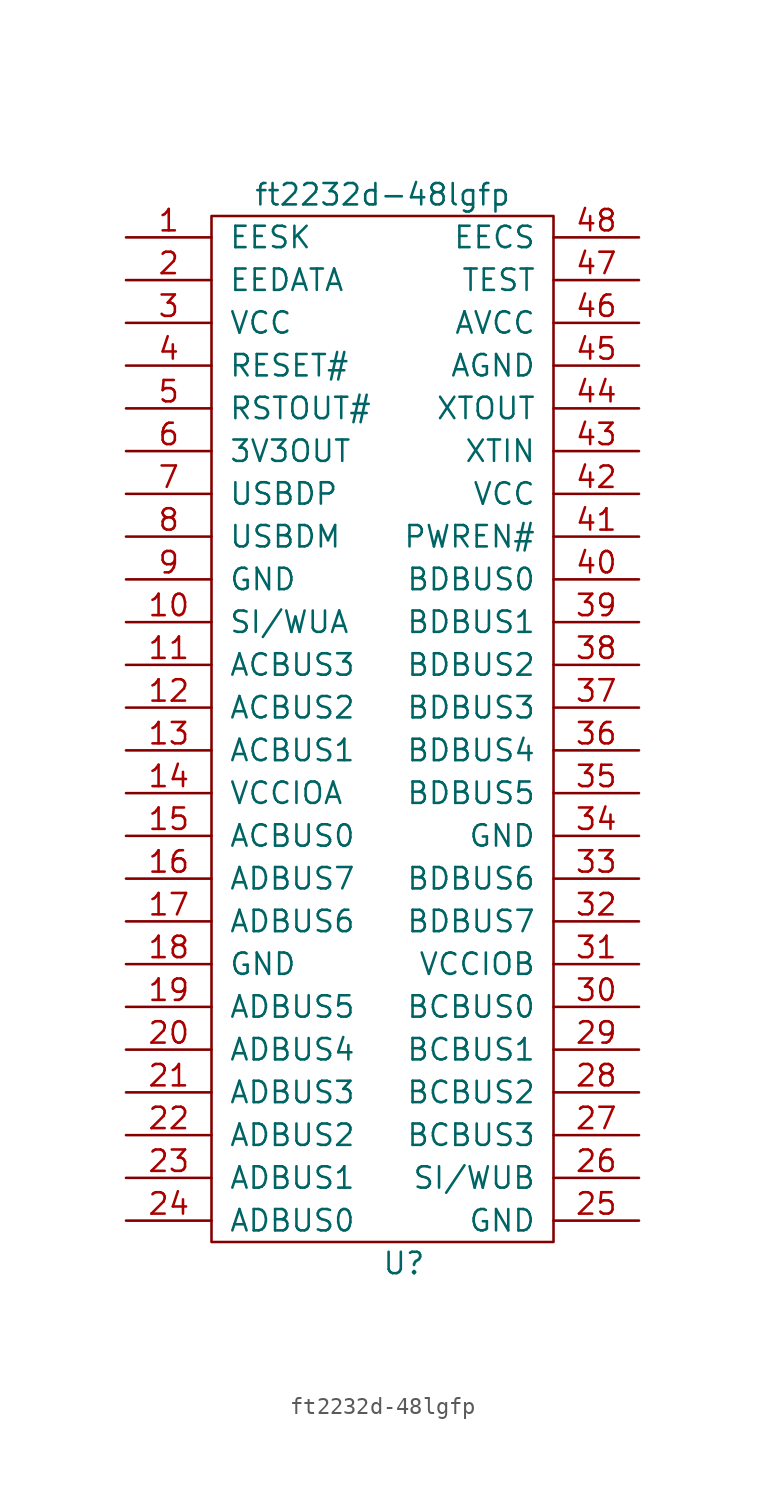
<source format=kicad_sym>
(kicad_symbol_lib
  (version 20211014)
  (generator kicad_symbol_editor)
  (symbol "ft2232d-48lgfp"
    (pin_names
      (offset 1.016))
    (property "Reference" "U"
      (at 0 -34.29 0)
      (effects (font (size 1.27 1.27))))
    (property "Value" "ft2232d-48lgfp"
      (at -1.27 29.21 0)
      (effects (font (size 1.27 1.27))))
    (property "Footprint" ""
      (at -3.81 15.24 0)
      (effects (font (size 1.27 1.27))))
    (property "Datasheet" ""
      (at -3.81 15.24 0)
      (effects (font (size 1.27 1.27))))
    (symbol "ft2232d-48lgfp_0_1"
      (rectangle (start -11.43 27.94) (end 8.89 -33.02) (stroke (width 0) (type default) (color 0 0 0 0)) (fill (type none))))
    (symbol "ft2232d-48lgfp_1_1"
      (pin input line (at -16.51 26.67 0) (length 5.08) (name "EESK" (effects (font (size 1.27 1.27)))) (number "1" (effects (font (size 1.27 1.27)))))
      (pin input line (at -16.51 3.81 0) (length 5.08) (name "SI/WUA" (effects (font (size 1.27 1.27)))) (number "10" (effects (font (size 1.27 1.27)))))
      (pin input line (at -16.51 1.27 0) (length 5.08) (name "ACBUS3" (effects (font (size 1.27 1.27)))) (number "11" (effects (font (size 1.27 1.27)))))
      (pin input line (at -16.51 -1.27 0) (length 5.08) (name "ACBUS2" (effects (font (size 1.27 1.27)))) (number "12" (effects (font (size 1.27 1.27)))))
      (pin input line (at -16.51 -3.81 0) (length 5.08) (name "ACBUS1" (effects (font (size 1.27 1.27)))) (number "13" (effects (font (size 1.27 1.27)))))
      (pin input line (at -16.51 -6.35 0) (length 5.08) (name "VCCIOA" (effects (font (size 1.27 1.27)))) (number "14" (effects (font (size 1.27 1.27)))))
      (pin input line (at -16.51 -8.89 0) (length 5.08) (name "ACBUS0" (effects (font (size 1.27 1.27)))) (number "15" (effects (font (size 1.27 1.27)))))
      (pin input line (at -16.51 -11.43 0) (length 5.08) (name "ADBUS7" (effects (font (size 1.27 1.27)))) (number "16" (effects (font (size 1.27 1.27)))))
      (pin input line (at -16.51 -13.97 0) (length 5.08) (name "ADBUS6" (effects (font (size 1.27 1.27)))) (number "17" (effects (font (size 1.27 1.27)))))
      (pin input line (at -16.51 -16.51 0) (length 5.08) (name "GND" (effects (font (size 1.27 1.27)))) (number "18" (effects (font (size 1.27 1.27)))))
      (pin input line (at -16.51 -19.05 0) (length 5.08) (name "ADBUS5" (effects (font (size 1.27 1.27)))) (number "19" (effects (font (size 1.27 1.27)))))
      (pin input line (at -16.51 24.13 0) (length 5.08) (name "EEDATA" (effects (font (size 1.27 1.27)))) (number "2" (effects (font (size 1.27 1.27)))))
      (pin input line (at -16.51 -21.59 0) (length 5.08) (name "ADBUS4" (effects (font (size 1.27 1.27)))) (number "20" (effects (font (size 1.27 1.27)))))
      (pin input line (at -16.51 -24.13 0) (length 5.08) (name "ADBUS3" (effects (font (size 1.27 1.27)))) (number "21" (effects (font (size 1.27 1.27)))))
      (pin input line (at -16.51 -26.67 0) (length 5.08) (name "ADBUS2" (effects (font (size 1.27 1.27)))) (number "22" (effects (font (size 1.27 1.27)))))
      (pin input line (at -16.51 -29.21 0) (length 5.08) (name "ADBUS1" (effects (font (size 1.27 1.27)))) (number "23" (effects (font (size 1.27 1.27)))))
      (pin input line (at -16.51 -31.75 0) (length 5.08) (name "ADBUS0" (effects (font (size 1.27 1.27)))) (number "24" (effects (font (size 1.27 1.27)))))
      (pin input line (at 13.97 -31.75 180) (length 5.08) (name "GND" (effects (font (size 1.27 1.27)))) (number "25" (effects (font (size 1.27 1.27)))))
      (pin input line (at 13.97 -29.21 180) (length 5.08) (name "SI/WUB" (effects (font (size 1.27 1.27)))) (number "26" (effects (font (size 1.27 1.27)))))
      (pin input line (at 13.97 -26.67 180) (length 5.08) (name "BCBUS3" (effects (font (size 1.27 1.27)))) (number "27" (effects (font (size 1.27 1.27)))))
      (pin input line (at 13.97 -24.13 180) (length 5.08) (name "BCBUS2" (effects (font (size 1.27 1.27)))) (number "28" (effects (font (size 1.27 1.27)))))
      (pin input line (at 13.97 -21.59 180) (length 5.08) (name "BCBUS1" (effects (font (size 1.27 1.27)))) (number "29" (effects (font (size 1.27 1.27)))))
      (pin input line (at -16.51 21.59 0) (length 5.08) (name "VCC" (effects (font (size 1.27 1.27)))) (number "3" (effects (font (size 1.27 1.27)))))
      (pin input line (at 13.97 -19.05 180) (length 5.08) (name "BCBUS0" (effects (font (size 1.27 1.27)))) (number "30" (effects (font (size 1.27 1.27)))))
      (pin input line (at 13.97 -16.51 180) (length 5.08) (name "VCCIOB" (effects (font (size 1.27 1.27)))) (number "31" (effects (font (size 1.27 1.27)))))
      (pin input line (at 13.97 -13.97 180) (length 5.08) (name "BDBUS7" (effects (font (size 1.27 1.27)))) (number "32" (effects (font (size 1.27 1.27)))))
      (pin input line (at 13.97 -11.43 180) (length 5.08) (name "BDBUS6" (effects (font (size 1.27 1.27)))) (number "33" (effects (font (size 1.27 1.27)))))
      (pin input line (at 13.97 -8.89 180) (length 5.08) (name "GND" (effects (font (size 1.27 1.27)))) (number "34" (effects (font (size 1.27 1.27)))))
      (pin input line (at 13.97 -6.35 180) (length 5.08) (name "BDBUS5" (effects (font (size 1.27 1.27)))) (number "35" (effects (font (size 1.27 1.27)))))
      (pin input line (at 13.97 -3.81 180) (length 5.08) (name "BDBUS4" (effects (font (size 1.27 1.27)))) (number "36" (effects (font (size 1.27 1.27)))))
      (pin input line (at 13.97 -1.27 180) (length 5.08) (name "BDBUS3" (effects (font (size 1.27 1.27)))) (number "37" (effects (font (size 1.27 1.27)))))
      (pin input line (at 13.97 1.27 180) (length 5.08) (name "BDBUS2" (effects (font (size 1.27 1.27)))) (number "38" (effects (font (size 1.27 1.27)))))
      (pin input line (at 13.97 3.81 180) (length 5.08) (name "BDBUS1" (effects (font (size 1.27 1.27)))) (number "39" (effects (font (size 1.27 1.27)))))
      (pin input line (at -16.51 19.05 0) (length 5.08) (name "RESET#" (effects (font (size 1.27 1.27)))) (number "4" (effects (font (size 1.27 1.27)))))
      (pin input line (at 13.97 6.35 180) (length 5.08) (name "BDBUS0" (effects (font (size 1.27 1.27)))) (number "40" (effects (font (size 1.27 1.27)))))
      (pin input line (at 13.97 8.89 180) (length 5.08) (name "PWREN#" (effects (font (size 1.27 1.27)))) (number "41" (effects (font (size 1.27 1.27)))))
      (pin input line (at 13.97 11.43 180) (length 5.08) (name "VCC" (effects (font (size 1.27 1.27)))) (number "42" (effects (font (size 1.27 1.27)))))
      (pin input line (at 13.97 13.97 180) (length 5.08) (name "XTIN" (effects (font (size 1.27 1.27)))) (number "43" (effects (font (size 1.27 1.27)))))
      (pin input line (at 13.97 16.51 180) (length 5.08) (name "XTOUT" (effects (font (size 1.27 1.27)))) (number "44" (effects (font (size 1.27 1.27)))))
      (pin input line (at 13.97 19.05 180) (length 5.08) (name "AGND" (effects (font (size 1.27 1.27)))) (number "45" (effects (font (size 1.27 1.27)))))
      (pin input line (at 13.97 21.59 180) (length 5.08) (name "AVCC" (effects (font (size 1.27 1.27)))) (number "46" (effects (font (size 1.27 1.27)))))
      (pin input line (at 13.97 24.13 180) (length 5.08) (name "TEST" (effects (font (size 1.27 1.27)))) (number "47" (effects (font (size 1.27 1.27)))))
      (pin input line (at 13.97 26.67 180) (length 5.08) (name "EECS" (effects (font (size 1.27 1.27)))) (number "48" (effects (font (size 1.27 1.27)))))
      (pin input line (at -16.51 16.51 0) (length 5.08) (name "RSTOUT#" (effects (font (size 1.27 1.27)))) (number "5" (effects (font (size 1.27 1.27)))))
      (pin input line (at -16.51 13.97 0) (length 5.08) (name "3V3OUT" (effects (font (size 1.27 1.27)))) (number "6" (effects (font (size 1.27 1.27)))))
      (pin input line (at -16.51 11.43 0) (length 5.08) (name "USBDP" (effects (font (size 1.27 1.27)))) (number "7" (effects (font (size 1.27 1.27)))))
      (pin input line (at -16.51 8.89 0) (length 5.08) (name "USBDM" (effects (font (size 1.27 1.27)))) (number "8" (effects (font (size 1.27 1.27)))))
      (pin input line (at -16.51 6.35 0) (length 5.08) (name "GND" (effects (font (size 1.27 1.27)))) (number "9" (effects (font (size 1.27 1.27))))))))
</source>
